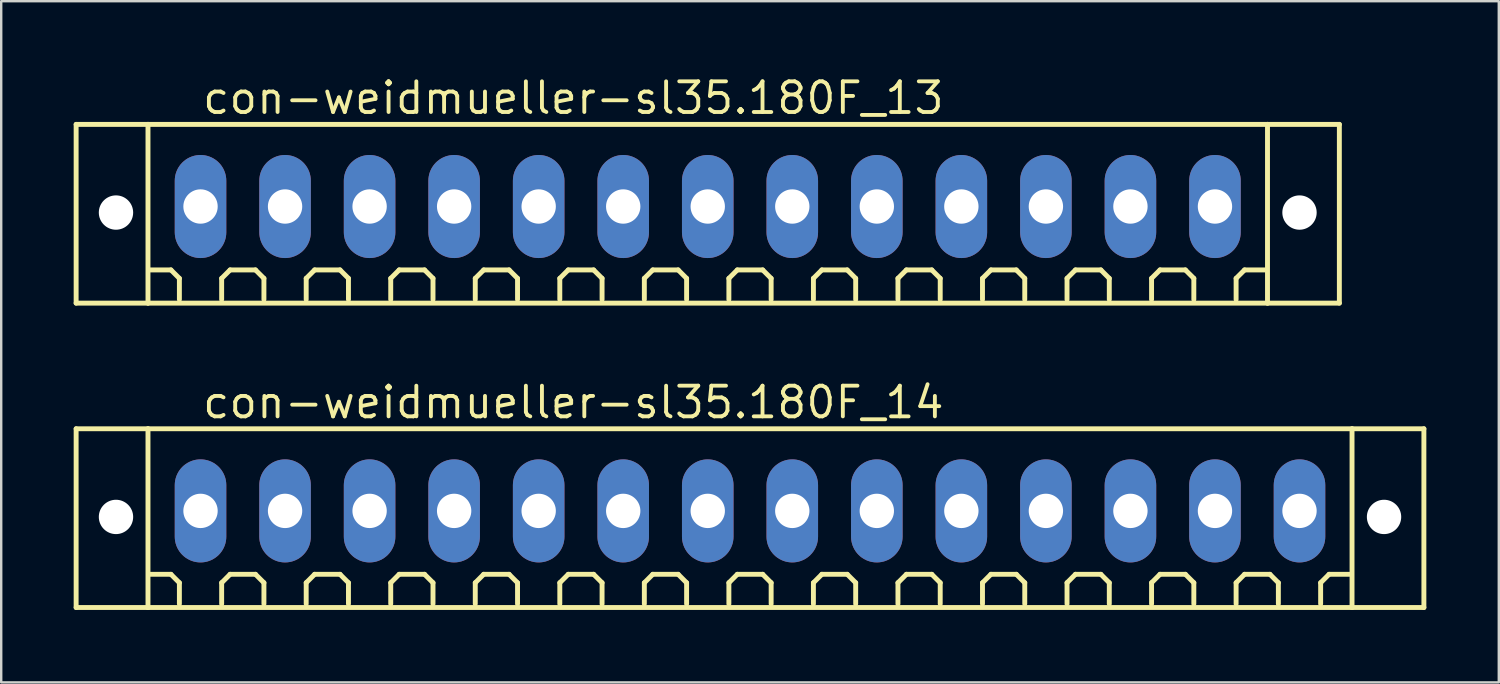
<source format=kicad_pcb>
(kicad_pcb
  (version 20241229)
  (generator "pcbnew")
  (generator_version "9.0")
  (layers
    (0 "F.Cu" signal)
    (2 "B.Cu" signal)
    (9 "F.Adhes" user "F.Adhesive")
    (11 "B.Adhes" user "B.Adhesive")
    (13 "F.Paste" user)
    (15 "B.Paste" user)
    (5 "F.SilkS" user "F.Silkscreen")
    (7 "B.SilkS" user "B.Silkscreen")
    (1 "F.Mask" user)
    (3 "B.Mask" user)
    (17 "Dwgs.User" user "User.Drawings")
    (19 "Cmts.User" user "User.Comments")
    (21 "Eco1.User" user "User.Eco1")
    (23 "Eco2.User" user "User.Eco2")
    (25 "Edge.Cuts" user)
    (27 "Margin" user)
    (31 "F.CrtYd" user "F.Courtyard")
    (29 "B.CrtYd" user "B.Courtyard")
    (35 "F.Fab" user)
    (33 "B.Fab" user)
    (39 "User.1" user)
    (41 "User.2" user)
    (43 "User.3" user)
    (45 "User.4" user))
  (footprint "con-weidmueller-sl35.180F_13"
    (layer "F.Cu")
    (at 26.252 5.5)
    (property "Reference" "con-weidmueller-sl35.180F_13" (at -21 -3.75 0) (layer "F.SilkS") (effects (font (size 1.27 1.27) (thickness 0.16)) (justify left bottom)))
    (attr through_hole)
    (fp_line (start -26.15 -3.4) (end -23.175 -3.4) (stroke (width 0.203) (type default)) (layer "F.SilkS"))
    (fp_line (start -26.15 4) (end -26.15 -3.4) (stroke (width 0.203) (type default)) (layer "F.SilkS"))
    (fp_line (start -23.175 -3.4) (end 23.175 -3.4) (stroke (width 0.203) (type default)) (layer "F.SilkS"))
    (fp_line (start -23.175 4) (end -26.15 4) (stroke (width 0.203) (type default)) (layer "F.SilkS"))
    (fp_line (start -23.175 4) (end -23.175 -3.4) (stroke (width 0.203) (type default)) (layer "F.SilkS"))
    (fp_line (start -22.225 2.625) (end -23.1 2.625) (stroke (width 0.203) (type default)) (layer "F.SilkS"))
    (fp_line (start -21.875 2.975) (end -22.225 2.625) (stroke (width 0.203) (type default)) (layer "F.SilkS"))
    (fp_line (start -21.875 3.85) (end -21.875 2.975) (stroke (width 0.203) (type default)) (layer "F.SilkS"))
    (fp_line (start -20.125 2.975) (end -19.775 2.625) (stroke (width 0.203) (type default)) (layer "F.SilkS"))
    (fp_line (start -20.125 3.85) (end -20.125 2.975) (stroke (width 0.203) (type default)) (layer "F.SilkS"))
    (fp_line (start -19.775 2.625) (end -18.725 2.625) (stroke (width 0.203) (type default)) (layer "F.SilkS"))
    (fp_line (start -18.725 2.625) (end -18.375 2.975) (stroke (width 0.203) (type default)) (layer "F.SilkS"))
    (fp_line (start -18.375 2.975) (end -18.375 3.85) (stroke (width 0.203) (type default)) (layer "F.SilkS"))
    (fp_line (start -16.625 2.975) (end -16.275 2.625) (stroke (width 0.203) (type default)) (layer "F.SilkS"))
    (fp_line (start -16.625 3.85) (end -16.625 2.975) (stroke (width 0.203) (type default)) (layer "F.SilkS"))
    (fp_line (start -16.275 2.625) (end -15.225 2.625) (stroke (width 0.203) (type default)) (layer "F.SilkS"))
    (fp_line (start -15.225 2.625) (end -14.875 2.975) (stroke (width 0.203) (type default)) (layer "F.SilkS"))
    (fp_line (start -14.875 2.975) (end -14.875 3.85) (stroke (width 0.203) (type default)) (layer "F.SilkS"))
    (fp_line (start -13.125 2.975) (end -12.775 2.625) (stroke (width 0.203) (type default)) (layer "F.SilkS"))
    (fp_line (start -13.125 3.85) (end -13.125 2.975) (stroke (width 0.203) (type default)) (layer "F.SilkS"))
    (fp_line (start -12.775 2.625) (end -11.725 2.625) (stroke (width 0.203) (type default)) (layer "F.SilkS"))
    (fp_line (start -11.725 2.625) (end -11.375 2.975) (stroke (width 0.203) (type default)) (layer "F.SilkS"))
    (fp_line (start -11.375 2.975) (end -11.375 3.85) (stroke (width 0.203) (type default)) (layer "F.SilkS"))
    (fp_line (start -9.625 2.975) (end -9.275 2.625) (stroke (width 0.203) (type default)) (layer "F.SilkS"))
    (fp_line (start -9.625 3.85) (end -9.625 2.975) (stroke (width 0.203) (type default)) (layer "F.SilkS"))
    (fp_line (start -9.275 2.625) (end -8.225 2.625) (stroke (width 0.203) (type default)) (layer "F.SilkS"))
    (fp_line (start -8.225 2.625) (end -7.875 2.975) (stroke (width 0.203) (type default)) (layer "F.SilkS"))
    (fp_line (start -7.875 2.975) (end -7.875 3.85) (stroke (width 0.203) (type default)) (layer "F.SilkS"))
    (fp_line (start -6.125 2.975) (end -5.775 2.625) (stroke (width 0.203) (type default)) (layer "F.SilkS"))
    (fp_line (start -6.125 3.85) (end -6.125 2.975) (stroke (width 0.203) (type default)) (layer "F.SilkS"))
    (fp_line (start -5.775 2.625) (end -4.725 2.625) (stroke (width 0.203) (type default)) (layer "F.SilkS"))
    (fp_line (start -4.725 2.625) (end -4.375 2.975) (stroke (width 0.203) (type default)) (layer "F.SilkS"))
    (fp_line (start -4.375 2.975) (end -4.375 3.85) (stroke (width 0.203) (type default)) (layer "F.SilkS"))
    (fp_line (start -2.625 2.975) (end -2.275 2.625) (stroke (width 0.203) (type default)) (layer "F.SilkS"))
    (fp_line (start -2.625 3.85) (end -2.625 2.975) (stroke (width 0.203) (type default)) (layer "F.SilkS"))
    (fp_line (start -2.275 2.625) (end -1.225 2.625) (stroke (width 0.203) (type default)) (layer "F.SilkS"))
    (fp_line (start -1.225 2.625) (end -0.875 2.975) (stroke (width 0.203) (type default)) (layer "F.SilkS"))
    (fp_line (start -0.875 2.975) (end -0.875 3.85) (stroke (width 0.203) (type default)) (layer "F.SilkS"))
    (fp_line (start 0.875 2.975) (end 1.225 2.625) (stroke (width 0.203) (type default)) (layer "F.SilkS"))
    (fp_line (start 0.875 3.85) (end 0.875 2.975) (stroke (width 0.203) (type default)) (layer "F.SilkS"))
    (fp_line (start 1.225 2.625) (end 2.275 2.625) (stroke (width 0.203) (type default)) (layer "F.SilkS"))
    (fp_line (start 2.275 2.625) (end 2.625 2.975) (stroke (width 0.203) (type default)) (layer "F.SilkS"))
    (fp_line (start 2.625 2.975) (end 2.625 3.85) (stroke (width 0.203) (type default)) (layer "F.SilkS"))
    (fp_line (start 4.375 2.975) (end 4.725 2.625) (stroke (width 0.203) (type default)) (layer "F.SilkS"))
    (fp_line (start 4.375 3.85) (end 4.375 2.975) (stroke (width 0.203) (type default)) (layer "F.SilkS"))
    (fp_line (start 4.725 2.625) (end 5.775 2.625) (stroke (width 0.203) (type default)) (layer "F.SilkS"))
    (fp_line (start 5.775 2.625) (end 6.125 2.975) (stroke (width 0.203) (type default)) (layer "F.SilkS"))
    (fp_line (start 6.125 2.975) (end 6.125 3.85) (stroke (width 0.203) (type default)) (layer "F.SilkS"))
    (fp_line (start 7.875 2.975) (end 8.225 2.625) (stroke (width 0.203) (type default)) (layer "F.SilkS"))
    (fp_line (start 7.875 3.85) (end 7.875 2.975) (stroke (width 0.203) (type default)) (layer "F.SilkS"))
    (fp_line (start 8.225 2.625) (end 9.275 2.625) (stroke (width 0.203) (type default)) (layer "F.SilkS"))
    (fp_line (start 9.275 2.625) (end 9.625 2.975) (stroke (width 0.203) (type default)) (layer "F.SilkS"))
    (fp_line (start 9.625 2.975) (end 9.625 3.85) (stroke (width 0.203) (type default)) (layer "F.SilkS"))
    (fp_line (start 11.375 2.975) (end 11.725 2.625) (stroke (width 0.203) (type default)) (layer "F.SilkS"))
    (fp_line (start 11.375 3.85) (end 11.375 2.975) (stroke (width 0.203) (type default)) (layer "F.SilkS"))
    (fp_line (start 11.725 2.625) (end 12.775 2.625) (stroke (width 0.203) (type default)) (layer "F.SilkS"))
    (fp_line (start 12.775 2.625) (end 13.125 2.975) (stroke (width 0.203) (type default)) (layer "F.SilkS"))
    (fp_line (start 13.125 2.975) (end 13.125 3.85) (stroke (width 0.203) (type default)) (layer "F.SilkS"))
    (fp_line (start 14.875 2.975) (end 15.225 2.625) (stroke (width 0.203) (type default)) (layer "F.SilkS"))
    (fp_line (start 14.875 3.85) (end 14.875 2.975) (stroke (width 0.203) (type default)) (layer "F.SilkS"))
    (fp_line (start 15.225 2.625) (end 16.275 2.625) (stroke (width 0.203) (type default)) (layer "F.SilkS"))
    (fp_line (start 16.275 2.625) (end 16.625 2.975) (stroke (width 0.203) (type default)) (layer "F.SilkS"))
    (fp_line (start 16.625 2.975) (end 16.625 3.85) (stroke (width 0.203) (type default)) (layer "F.SilkS"))
    (fp_line (start 18.375 2.975) (end 18.725 2.625) (stroke (width 0.203) (type default)) (layer "F.SilkS"))
    (fp_line (start 18.375 3.85) (end 18.375 2.975) (stroke (width 0.203) (type default)) (layer "F.SilkS"))
    (fp_line (start 18.725 2.625) (end 19.775 2.625) (stroke (width 0.203) (type default)) (layer "F.SilkS"))
    (fp_line (start 19.775 2.625) (end 20.125 2.975) (stroke (width 0.203) (type default)) (layer "F.SilkS"))
    (fp_line (start 20.125 2.975) (end 20.125 3.85) (stroke (width 0.203) (type default)) (layer "F.SilkS"))
    (fp_line (start 21.875 2.975) (end 22.225 2.625) (stroke (width 0.203) (type default)) (layer "F.SilkS"))
    (fp_line (start 21.875 3.85) (end 21.875 2.975) (stroke (width 0.203) (type default)) (layer "F.SilkS"))
    (fp_line (start 22.225 2.625) (end 23.1 2.625) (stroke (width 0.203) (type default)) (layer "F.SilkS"))
    (fp_line (start 23.175 -3.4) (end 23.175 4) (stroke (width 0.203) (type default)) (layer "F.SilkS"))
    (fp_line (start 23.175 -3.4) (end 26.15 -3.4) (stroke (width 0.203) (type default)) (layer "F.SilkS"))
    (fp_line (start 23.175 4) (end -23.175 4) (stroke (width 0.203) (type default)) (layer "F.SilkS"))
    (fp_line (start 26.15 -3.4) (end 26.15 4) (stroke (width 0.203) (type default)) (layer "F.SilkS"))
    (fp_line (start 26.15 4) (end 23.175 4) (stroke (width 0.203) (type default)) (layer "F.SilkS"))
    (pad "" np_thru_hole circle (at -24.5 0.25) (size 1.422 1.422) (drill 1.422) (layers "*.Cu" "*.Mask"))
    (pad "" np_thru_hole circle (at 24.5 0.25) (size 1.422 1.422) (drill 1.422) (layers "*.Cu" "*.Mask"))
    (pad "1" thru_hole oval (at -21 0 90) (size 4.267 2.134) (drill 1.422) (layers "*.Cu" "*.Mask"))
    (pad "2" thru_hole oval (at -17.5 0 90) (size 4.267 2.134) (drill 1.422) (layers "*.Cu" "*.Mask"))
    (pad "3" thru_hole oval (at -14 0 90) (size 4.267 2.134) (drill 1.422) (layers "*.Cu" "*.Mask"))
    (pad "4" thru_hole oval (at -10.5 0 90) (size 4.267 2.134) (drill 1.422) (layers "*.Cu" "*.Mask"))
    (pad "5" thru_hole oval (at -7 0 90) (size 4.267 2.134) (drill 1.422) (layers "*.Cu" "*.Mask"))
    (pad "6" thru_hole oval (at -3.5 0 90) (size 4.267 2.134) (drill 1.422) (layers "*.Cu" "*.Mask"))
    (pad "7" thru_hole oval (at 0 0 90) (size 4.267 2.134) (drill 1.422) (layers "*.Cu" "*.Mask"))
    (pad "8" thru_hole oval (at 3.5 0 90) (size 4.267 2.134) (drill 1.422) (layers "*.Cu" "*.Mask"))
    (pad "9" thru_hole oval (at 7 0 90) (size 4.267 2.134) (drill 1.422) (layers "*.Cu" "*.Mask"))
    (pad "10" thru_hole oval (at 10.5 0 90) (size 4.267 2.134) (drill 1.422) (layers "*.Cu" "*.Mask"))
    (pad "11" thru_hole oval (at 14 0 90) (size 4.267 2.134) (drill 1.422) (layers "*.Cu" "*.Mask"))
    (pad "12" thru_hole oval (at 17.5 0 90) (size 4.267 2.134) (drill 1.422) (layers "*.Cu" "*.Mask"))
    (pad "13" thru_hole oval (at 21 0 90) (size 4.267 2.134) (drill 1.422) (layers "*.Cu" "*.Mask")))
  (footprint "con-weidmueller-sl35.180F_14"
    (layer "F.Cu")
    (at 28.002 18.102)
    (property "Reference" "con-weidmueller-sl35.180F_14" (at -22.75 -3.75 0) (layer "F.SilkS") (effects (font (size 1.27 1.27) (thickness 0.16)) (justify left bottom)))
    (attr through_hole)
    (fp_line (start -27.9 -3.4) (end -24.925 -3.4) (stroke (width 0.203) (type default)) (layer "F.SilkS"))
    (fp_line (start -27.9 4) (end -27.9 -3.4) (stroke (width 0.203) (type default)) (layer "F.SilkS"))
    (fp_line (start -24.925 -3.4) (end 24.925 -3.4) (stroke (width 0.203) (type default)) (layer "F.SilkS"))
    (fp_line (start -24.925 4) (end -27.9 4) (stroke (width 0.203) (type default)) (layer "F.SilkS"))
    (fp_line (start -24.925 4) (end -24.925 -3.4) (stroke (width 0.203) (type default)) (layer "F.SilkS"))
    (fp_line (start -23.975 2.625) (end -24.85 2.625) (stroke (width 0.203) (type default)) (layer "F.SilkS"))
    (fp_line (start -23.625 2.975) (end -23.975 2.625) (stroke (width 0.203) (type default)) (layer "F.SilkS"))
    (fp_line (start -23.625 3.85) (end -23.625 2.975) (stroke (width 0.203) (type default)) (layer "F.SilkS"))
    (fp_line (start -21.875 2.975) (end -21.525 2.625) (stroke (width 0.203) (type default)) (layer "F.SilkS"))
    (fp_line (start -21.875 3.85) (end -21.875 2.975) (stroke (width 0.203) (type default)) (layer "F.SilkS"))
    (fp_line (start -21.525 2.625) (end -20.475 2.625) (stroke (width 0.203) (type default)) (layer "F.SilkS"))
    (fp_line (start -20.475 2.625) (end -20.125 2.975) (stroke (width 0.203) (type default)) (layer "F.SilkS"))
    (fp_line (start -20.125 2.975) (end -20.125 3.85) (stroke (width 0.203) (type default)) (layer "F.SilkS"))
    (fp_line (start -18.375 2.975) (end -18.025 2.625) (stroke (width 0.203) (type default)) (layer "F.SilkS"))
    (fp_line (start -18.375 3.85) (end -18.375 2.975) (stroke (width 0.203) (type default)) (layer "F.SilkS"))
    (fp_line (start -18.025 2.625) (end -16.975 2.625) (stroke (width 0.203) (type default)) (layer "F.SilkS"))
    (fp_line (start -16.975 2.625) (end -16.625 2.975) (stroke (width 0.203) (type default)) (layer "F.SilkS"))
    (fp_line (start -16.625 2.975) (end -16.625 3.85) (stroke (width 0.203) (type default)) (layer "F.SilkS"))
    (fp_line (start -14.875 2.975) (end -14.525 2.625) (stroke (width 0.203) (type default)) (layer "F.SilkS"))
    (fp_line (start -14.875 3.85) (end -14.875 2.975) (stroke (width 0.203) (type default)) (layer "F.SilkS"))
    (fp_line (start -14.525 2.625) (end -13.475 2.625) (stroke (width 0.203) (type default)) (layer "F.SilkS"))
    (fp_line (start -13.475 2.625) (end -13.125 2.975) (stroke (width 0.203) (type default)) (layer "F.SilkS"))
    (fp_line (start -13.125 2.975) (end -13.125 3.85) (stroke (width 0.203) (type default)) (layer "F.SilkS"))
    (fp_line (start -11.375 2.975) (end -11.025 2.625) (stroke (width 0.203) (type default)) (layer "F.SilkS"))
    (fp_line (start -11.375 3.85) (end -11.375 2.975) (stroke (width 0.203) (type default)) (layer "F.SilkS"))
    (fp_line (start -11.025 2.625) (end -9.975 2.625) (stroke (width 0.203) (type default)) (layer "F.SilkS"))
    (fp_line (start -9.975 2.625) (end -9.625 2.975) (stroke (width 0.203) (type default)) (layer "F.SilkS"))
    (fp_line (start -9.625 2.975) (end -9.625 3.85) (stroke (width 0.203) (type default)) (layer "F.SilkS"))
    (fp_line (start -7.875 2.975) (end -7.525 2.625) (stroke (width 0.203) (type default)) (layer "F.SilkS"))
    (fp_line (start -7.875 3.85) (end -7.875 2.975) (stroke (width 0.203) (type default)) (layer "F.SilkS"))
    (fp_line (start -7.525 2.625) (end -6.475 2.625) (stroke (width 0.203) (type default)) (layer "F.SilkS"))
    (fp_line (start -6.475 2.625) (end -6.125 2.975) (stroke (width 0.203) (type default)) (layer "F.SilkS"))
    (fp_line (start -6.125 2.975) (end -6.125 3.85) (stroke (width 0.203) (type default)) (layer "F.SilkS"))
    (fp_line (start -4.375 2.975) (end -4.025 2.625) (stroke (width 0.203) (type default)) (layer "F.SilkS"))
    (fp_line (start -4.375 3.85) (end -4.375 2.975) (stroke (width 0.203) (type default)) (layer "F.SilkS"))
    (fp_line (start -4.025 2.625) (end -2.975 2.625) (stroke (width 0.203) (type default)) (layer "F.SilkS"))
    (fp_line (start -2.975 2.625) (end -2.625 2.975) (stroke (width 0.203) (type default)) (layer "F.SilkS"))
    (fp_line (start -2.625 2.975) (end -2.625 3.85) (stroke (width 0.203) (type default)) (layer "F.SilkS"))
    (fp_line (start -0.875 2.975) (end -0.525 2.625) (stroke (width 0.203) (type default)) (layer "F.SilkS"))
    (fp_line (start -0.875 3.85) (end -0.875 2.975) (stroke (width 0.203) (type default)) (layer "F.SilkS"))
    (fp_line (start -0.525 2.625) (end 0.525 2.625) (stroke (width 0.203) (type default)) (layer "F.SilkS"))
    (fp_line (start 0.525 2.625) (end 0.875 2.975) (stroke (width 0.203) (type default)) (layer "F.SilkS"))
    (fp_line (start 0.875 2.975) (end 0.875 3.85) (stroke (width 0.203) (type default)) (layer "F.SilkS"))
    (fp_line (start 2.625 2.975) (end 2.975 2.625) (stroke (width 0.203) (type default)) (layer "F.SilkS"))
    (fp_line (start 2.625 3.85) (end 2.625 2.975) (stroke (width 0.203) (type default)) (layer "F.SilkS"))
    (fp_line (start 2.975 2.625) (end 4.025 2.625) (stroke (width 0.203) (type default)) (layer "F.SilkS"))
    (fp_line (start 4.025 2.625) (end 4.375 2.975) (stroke (width 0.203) (type default)) (layer "F.SilkS"))
    (fp_line (start 4.375 2.975) (end 4.375 3.85) (stroke (width 0.203) (type default)) (layer "F.SilkS"))
    (fp_line (start 6.125 2.975) (end 6.475 2.625) (stroke (width 0.203) (type default)) (layer "F.SilkS"))
    (fp_line (start 6.125 3.85) (end 6.125 2.975) (stroke (width 0.203) (type default)) (layer "F.SilkS"))
    (fp_line (start 6.475 2.625) (end 7.525 2.625) (stroke (width 0.203) (type default)) (layer "F.SilkS"))
    (fp_line (start 7.525 2.625) (end 7.875 2.975) (stroke (width 0.203) (type default)) (layer "F.SilkS"))
    (fp_line (start 7.875 2.975) (end 7.875 3.85) (stroke (width 0.203) (type default)) (layer "F.SilkS"))
    (fp_line (start 9.625 2.975) (end 9.975 2.625) (stroke (width 0.203) (type default)) (layer "F.SilkS"))
    (fp_line (start 9.625 3.85) (end 9.625 2.975) (stroke (width 0.203) (type default)) (layer "F.SilkS"))
    (fp_line (start 9.975 2.625) (end 11.025 2.625) (stroke (width 0.203) (type default)) (layer "F.SilkS"))
    (fp_line (start 11.025 2.625) (end 11.375 2.975) (stroke (width 0.203) (type default)) (layer "F.SilkS"))
    (fp_line (start 11.375 2.975) (end 11.375 3.85) (stroke (width 0.203) (type default)) (layer "F.SilkS"))
    (fp_line (start 13.125 2.975) (end 13.475 2.625) (stroke (width 0.203) (type default)) (layer "F.SilkS"))
    (fp_line (start 13.125 3.85) (end 13.125 2.975) (stroke (width 0.203) (type default)) (layer "F.SilkS"))
    (fp_line (start 13.475 2.625) (end 14.525 2.625) (stroke (width 0.203) (type default)) (layer "F.SilkS"))
    (fp_line (start 14.525 2.625) (end 14.875 2.975) (stroke (width 0.203) (type default)) (layer "F.SilkS"))
    (fp_line (start 14.875 2.975) (end 14.875 3.85) (stroke (width 0.203) (type default)) (layer "F.SilkS"))
    (fp_line (start 16.625 2.975) (end 16.975 2.625) (stroke (width 0.203) (type default)) (layer "F.SilkS"))
    (fp_line (start 16.625 3.85) (end 16.625 2.975) (stroke (width 0.203) (type default)) (layer "F.SilkS"))
    (fp_line (start 16.975 2.625) (end 18.025 2.625) (stroke (width 0.203) (type default)) (layer "F.SilkS"))
    (fp_line (start 18.025 2.625) (end 18.375 2.975) (stroke (width 0.203) (type default)) (layer "F.SilkS"))
    (fp_line (start 18.375 2.975) (end 18.375 3.85) (stroke (width 0.203) (type default)) (layer "F.SilkS"))
    (fp_line (start 20.125 2.975) (end 20.475 2.625) (stroke (width 0.203) (type default)) (layer "F.SilkS"))
    (fp_line (start 20.125 3.85) (end 20.125 2.975) (stroke (width 0.203) (type default)) (layer "F.SilkS"))
    (fp_line (start 20.475 2.625) (end 21.525 2.625) (stroke (width 0.203) (type default)) (layer "F.SilkS"))
    (fp_line (start 21.525 2.625) (end 21.875 2.975) (stroke (width 0.203) (type default)) (layer "F.SilkS"))
    (fp_line (start 21.875 2.975) (end 21.875 3.85) (stroke (width 0.203) (type default)) (layer "F.SilkS"))
    (fp_line (start 23.625 2.975) (end 23.975 2.625) (stroke (width 0.203) (type default)) (layer "F.SilkS"))
    (fp_line (start 23.625 3.85) (end 23.625 2.975) (stroke (width 0.203) (type default)) (layer "F.SilkS"))
    (fp_line (start 23.975 2.625) (end 24.85 2.625) (stroke (width 0.203) (type default)) (layer "F.SilkS"))
    (fp_line (start 24.925 -3.4) (end 24.925 4) (stroke (width 0.203) (type default)) (layer "F.SilkS"))
    (fp_line (start 24.925 -3.4) (end 27.9 -3.4) (stroke (width 0.203) (type default)) (layer "F.SilkS"))
    (fp_line (start 24.925 4) (end -24.925 4) (stroke (width 0.203) (type default)) (layer "F.SilkS"))
    (fp_line (start 27.9 -3.4) (end 27.9 4) (stroke (width 0.203) (type default)) (layer "F.SilkS"))
    (fp_line (start 27.9 4) (end 24.925 4) (stroke (width 0.203) (type default)) (layer "F.SilkS"))
    (pad "" np_thru_hole circle (at -26.25 0.25) (size 1.422 1.422) (drill 1.422) (layers "*.Cu" "*.Mask"))
    (pad "" np_thru_hole circle (at 26.25 0.25) (size 1.422 1.422) (drill 1.422) (layers "*.Cu" "*.Mask"))
    (pad "1" thru_hole oval (at -22.75 0 90) (size 4.267 2.134) (drill 1.422) (layers "*.Cu" "*.Mask"))
    (pad "2" thru_hole oval (at -19.25 0 90) (size 4.267 2.134) (drill 1.422) (layers "*.Cu" "*.Mask"))
    (pad "3" thru_hole oval (at -15.75 0 90) (size 4.267 2.134) (drill 1.422) (layers "*.Cu" "*.Mask"))
    (pad "4" thru_hole oval (at -12.25 0 90) (size 4.267 2.134) (drill 1.422) (layers "*.Cu" "*.Mask"))
    (pad "5" thru_hole oval (at -8.75 0 90) (size 4.267 2.134) (drill 1.422) (layers "*.Cu" "*.Mask"))
    (pad "6" thru_hole oval (at -5.25 0 90) (size 4.267 2.134) (drill 1.422) (layers "*.Cu" "*.Mask"))
    (pad "7" thru_hole oval (at -1.75 0 90) (size 4.267 2.134) (drill 1.422) (layers "*.Cu" "*.Mask"))
    (pad "8" thru_hole oval (at 1.75 0 90) (size 4.267 2.134) (drill 1.422) (layers "*.Cu" "*.Mask"))
    (pad "9" thru_hole oval (at 5.25 0 90) (size 4.267 2.134) (drill 1.422) (layers "*.Cu" "*.Mask"))
    (pad "10" thru_hole oval (at 8.75 0 90) (size 4.267 2.134) (drill 1.422) (layers "*.Cu" "*.Mask"))
    (pad "11" thru_hole oval (at 12.25 0 90) (size 4.267 2.134) (drill 1.422) (layers "*.Cu" "*.Mask"))
    (pad "12" thru_hole oval (at 15.75 0 90) (size 4.267 2.134) (drill 1.422) (layers "*.Cu" "*.Mask"))
    (pad "13" thru_hole oval (at 19.25 0 90) (size 4.267 2.134) (drill 1.422) (layers "*.Cu" "*.Mask"))
    (pad "14" thru_hole oval (at 22.75 0 90) (size 4.267 2.134) (drill 1.422) (layers "*.Cu" "*.Mask")))
  (gr_rect
    (start -3 -3)
    (end 59.003 25.203)
    (stroke (width 0.1) (type default))
    (fill no)
    (layer "Edge.Cuts")))
</source>
